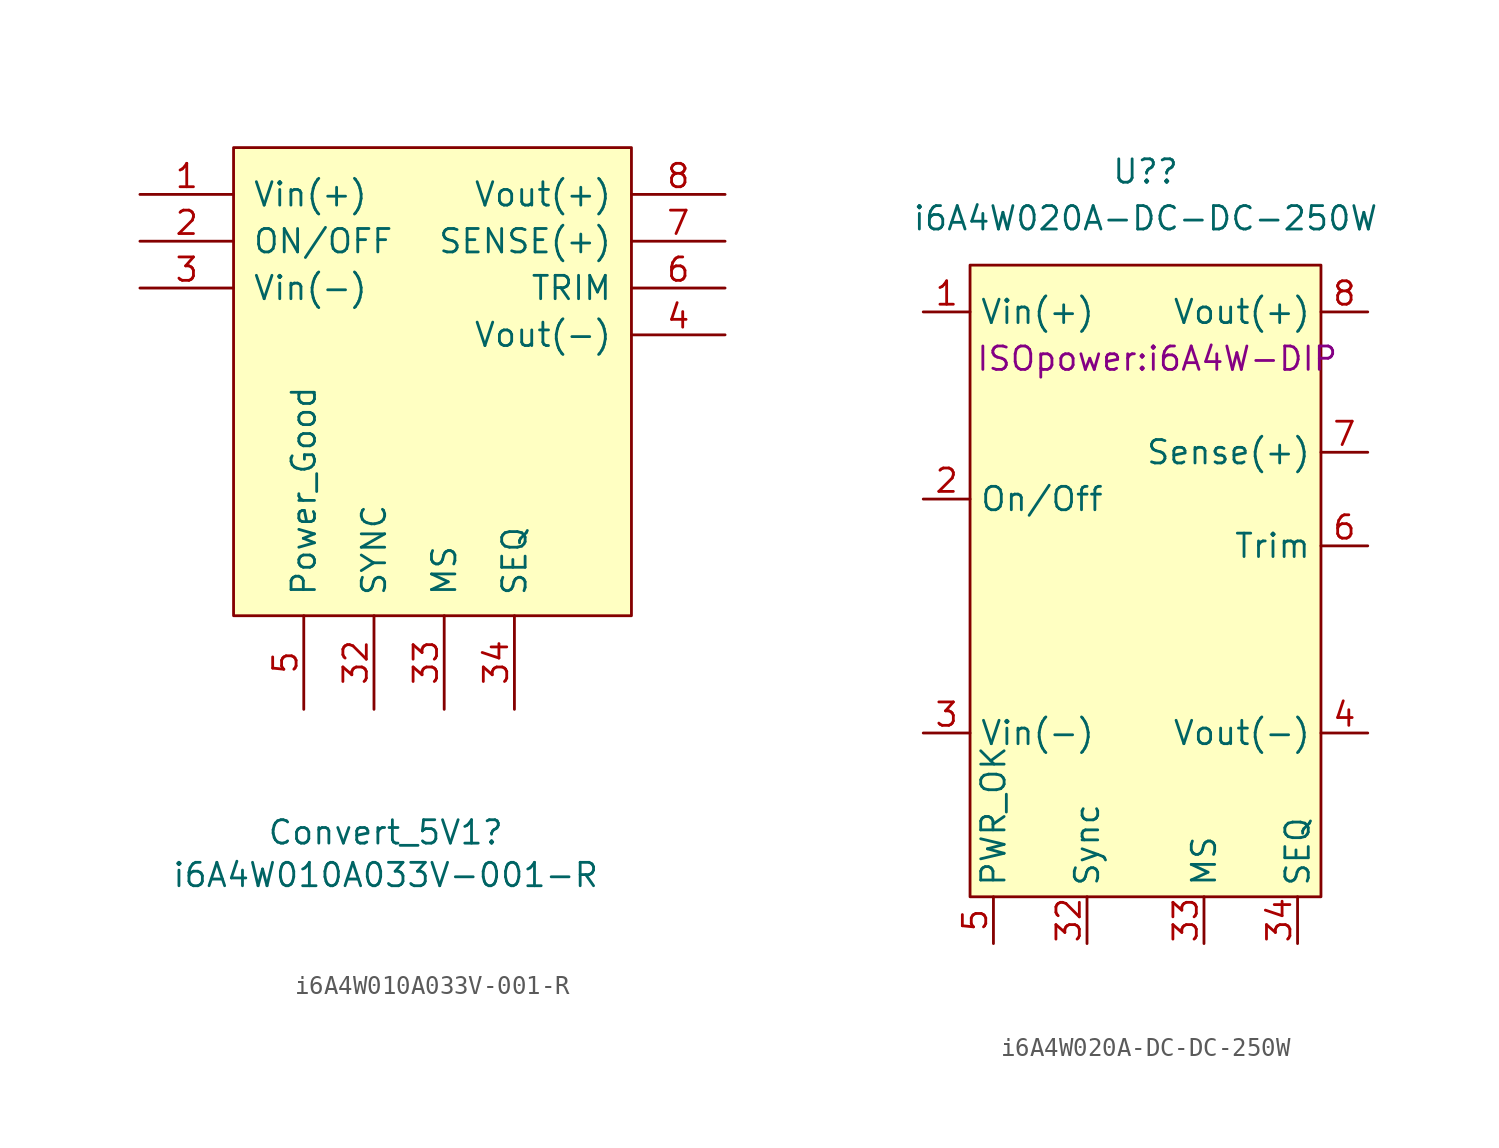
<source format=kicad_sym>
(kicad_symbol_lib
  (version 20211014)
  (generator kicad_symbol_editor)
  (symbol "i6A4W010A033V-001-R"
    (pin_names
      (offset 1.016))
    (property "Reference" "Convert_5V1"
      (at 3.175 -38.43 0)
      (effects (font (size 1.27 1.27))))
    (property "Value" "i6A4W010A033V-001-R"
      (at 3.175 -40.742 0)
      (effects (font (size 1.27 1.27))))
    (symbol "i6A4W010A033V-001-R_0_1"
      (rectangle (start -5.08 -26.67) (end 16.51 -1.27) (stroke (width 0) (type default) (color 0 0 0 0)) (fill (type background))))
    (symbol "i6A4W010A033V-001-R_1_1"
      (pin input line (at -10.16 -3.81 0) (length 5.08) (name "Vin(+)" (effects (font (size 1.27 1.27)))) (number "1" (effects (font (size 1.27 1.27)))))
      (pin input line (at -10.16 -6.35 0) (length 5.08) (name "ON/OFF" (effects (font (size 1.27 1.27)))) (number "2" (effects (font (size 1.27 1.27)))))
      (pin input line (at -10.16 -8.89 0) (length 5.08) (name "Vin(-)" (effects (font (size 1.27 1.27)))) (number "3" (effects (font (size 1.27 1.27)))))
      (pin input line (at 2.54 -31.75 90) (length 5.08) (name "SYNC" (effects (font (size 1.27 1.27)))) (number "32" (effects (font (size 1.27 1.27)))))
      (pin input line (at 6.35 -31.75 90) (length 5.08) (name "MS" (effects (font (size 1.27 1.27)))) (number "33" (effects (font (size 1.27 1.27)))))
      (pin input line (at 10.16 -31.75 90) (length 5.08) (name "SEQ" (effects (font (size 1.27 1.27)))) (number "34" (effects (font (size 1.27 1.27)))))
      (pin output line (at 21.59 -11.43 180) (length 5.08) (name "Vout(-)" (effects (font (size 1.27 1.27)))) (number "4" (effects (font (size 1.27 1.27)))))
      (pin output line (at -1.27 -31.75 90) (length 5.08) (name "Power_Good" (effects (font (size 1.27 1.27)))) (number "5" (effects (font (size 1.27 1.27)))))
      (pin input line (at 21.59 -8.89 180) (length 5.08) (name "TRIM" (effects (font (size 1.27 1.27)))) (number "6" (effects (font (size 1.27 1.27)))))
      (pin input line (at 21.59 -6.35 180) (length 5.08) (name "SENSE(+)" (effects (font (size 1.27 1.27)))) (number "7" (effects (font (size 1.27 1.27)))))
      (pin output line (at 21.59 -3.81 180) (length 5.08) (name "Vout(+)" (effects (font (size 1.27 1.27)))) (number "8" (effects (font (size 1.27 1.27)))))))
  (symbol "i6A4W020A-DC-DC-250W"
    (property "Reference" "U?"
      (at -0.635 10.16 0)
      (effects (font (size 1.27 1.27))))
    (property "Value" "i6A4W020A-DC-DC-250W"
      (at -0.635 7.62 0)
      (effects (font (size 1.27 1.27))))
    (property "Footprint" "ISOpower:i6A4W-DIP"
      (at 0 0 0)
      (effects (font (size 1.27 1.27))))
    (symbol "i6A4W020A-DC-DC-250W_0_0"
      (pin power_in line (at -12.7 2.54 0) (length 2.54) (name "Vin(+)" (effects (font (size 1.27 1.27)))) (number "1" (effects (font (size 1.27 1.27)))))
      (pin passive line (at -12.7 -7.62 0) (length 2.54) (name "On/Off" (effects (font (size 1.27 1.27)))) (number "2" (effects (font (size 1.27 1.27)))))
      (pin passive line (at -12.7 -20.32 0) (length 2.54) (name "Vin(-)" (effects (font (size 1.27 1.27)))) (number "3" (effects (font (size 1.27 1.27)))))
      (pin passive line (at -3.81 -31.75 90) (length 2.54) (name "Sync" (effects (font (size 1.27 1.27)))) (number "32" (effects (font (size 1.27 1.27)))))
      (pin passive line (at 2.54 -31.75 90) (length 2.54) (name "MS" (effects (font (size 1.27 1.27)))) (number "33" (effects (font (size 1.27 1.27)))))
      (pin passive line (at 7.62 -31.75 90) (length 2.54) (name "SEQ" (effects (font (size 1.27 1.27)))) (number "34" (effects (font (size 1.27 1.27)))))
      (pin passive line (at 11.43 -20.32 180) (length 2.54) (name "Vout(-)" (effects (font (size 1.27 1.27)))) (number "4" (effects (font (size 1.27 1.27)))))
      (pin passive line (at -8.89 -31.75 90) (length 2.54) (name "PWR_OK" (effects (font (size 1.27 1.27)))) (number "5" (effects (font (size 1.27 1.27)))))
      (pin passive line (at 11.43 -10.16 180) (length 2.54) (name "Trim" (effects (font (size 1.27 1.27)))) (number "6" (effects (font (size 1.27 1.27)))))
      (pin input line (at 11.43 -5.08 180) (length 2.54) (name "Sense(+)" (effects (font (size 1.27 1.27)))) (number "7" (effects (font (size 1.27 1.27)))))
      (pin power_out line (at 11.43 2.54 180) (length 2.54) (name "Vout(+)" (effects (font (size 1.27 1.27)))) (number "8" (effects (font (size 1.27 1.27))))))
    (symbol "i6A4W020A-DC-DC-250W_0_1"
      (rectangle (start -10.16 5.08) (end 8.89 -29.21) (stroke (width 0) (type default) (color 0 0 0 0)) (fill (type background))))))
</source>
